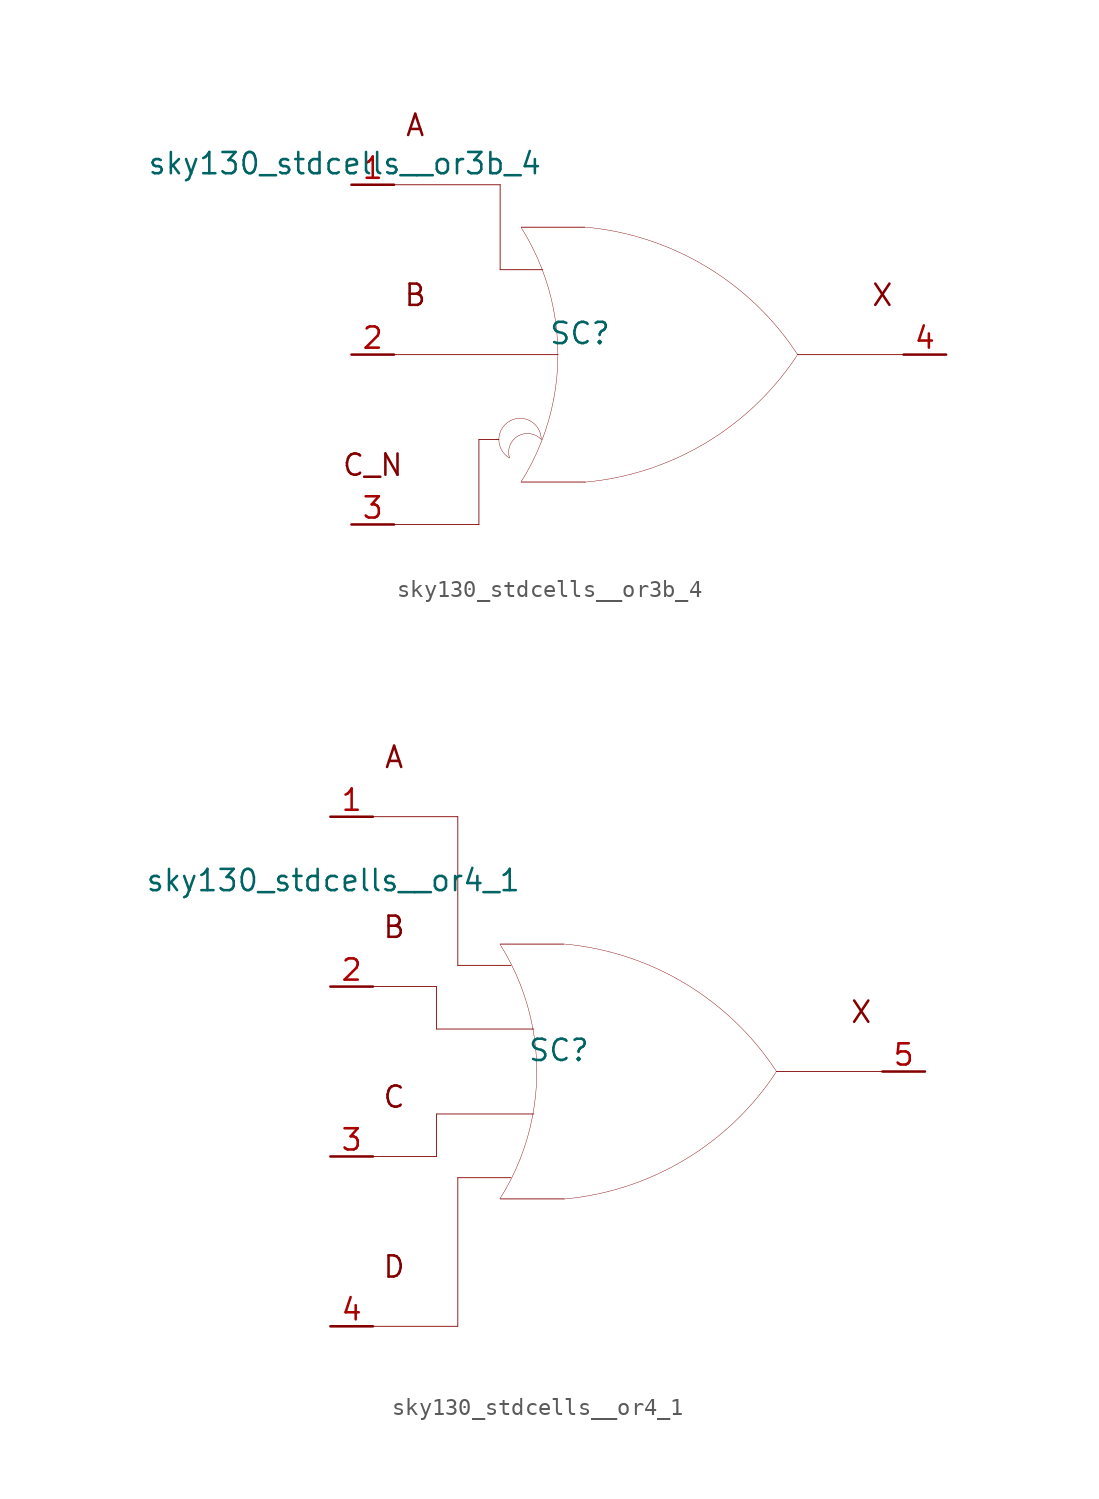
<source format=kicad_sym>
(kicad_symbol_lib
  (version 20211014)
  (generator kicad_symbol_editor)
  (symbol "sky130_stdcells__or3b_4"
    (pin_names hide)
    (property "Reference" "SC"
      (at -4.115 1.27 0)
      (effects (font (size 1.27 1.27))))
    (property "Value" "sky130_stdcells__or3b_4"
      (at -6.35 11.43 0)
      (effects (font (size 1.27 1.27)) (justify right)))
    (symbol "sky130_stdcells__or3b_4_0_0"
      (arc (start -8.3312 -3.9801) (mid -8.9662 -5.08) (end -8.3312 -6.1799) (stroke (width 0.0254) (type default) (color 0 0 0 0)) (fill (type none)))
      (arc (start -7.6405 -7.6142) (mid -6.983 -6.458) (end -6.4362 -5.2456) (stroke (width 0.0254) (type default) (color 0 0 0 0)) (fill (type none)))
      (arc (start -6.4362 -5.2456) (mid -6.0013 -3.9755) (end -5.688 -2.6701) (stroke (width 0.0254) (type default) (color 0 0 0 0)) (fill (type none)))
      (arc (start -6.4262 -5.08) (mid -8.2831 -4.6057) (end -8.3312 -6.1799) (stroke (width 0.0254) (type default) (color 0 0 0 0)) (fill (type none)))
      (arc (start -6.4262 -5.08) (mid -7.0612 -3.9802) (end -8.3312 -3.9801) (stroke (width 0.0254) (type default) (color 0 0 0 0)) (fill (type none)))
      (arc (start -6.418 5.1993) (mid -6.9662 6.4248) (end -7.6273 7.5932) (stroke (width 0.0254) (type default) (color 0 0 0 0)) (fill (type none)))
      (arc (start -5.688 -2.6701) (mid -5.4988 -1.341) (end -5.4356 0) (stroke (width 0.0254) (type default) (color 0 0 0 0)) (fill (type none)))
      (arc (start -5.6834 2.6456) (mid -5.9911 3.9396) (end -6.418 5.1993) (stroke (width 0.0254) (type default) (color 0 0 0 0)) (fill (type none)))
      (arc (start -5.4356 0) (mid -5.4977 1.3286) (end -5.6834 2.6456) (stroke (width 0.0254) (type default) (color 0 0 0 0)) (fill (type none)))
      (arc (start -3.8212 -7.6288) (mid 3.3927 -5.2884) (end 8.8734 -0.0463) (stroke (width 0.0254) (type default) (color 0 0 0 0)) (fill (type none)))
      (polyline (pts (xy -15.24 -10.16) (xy -10.16 -10.16)) (stroke (width 0.051) (type default) (color 0 0 0 0)) (fill (type none)))
      (polyline (pts (xy -15.24 0) (xy -5.436 0)) (stroke (width 0.051) (type default) (color 0 0 0 0)) (fill (type none)))
      (polyline (pts (xy -15.24 10.16) (xy -8.89 10.16)) (stroke (width 0.051) (type default) (color 0 0 0 0)) (fill (type none)))
      (polyline (pts (xy -10.16 -5.08) (xy -10.16 -10.16)) (stroke (width 0.051) (type default) (color 0 0 0 0)) (fill (type none)))
      (polyline (pts (xy -10.16 -5.08) (xy -8.966 -5.08)) (stroke (width 0.051) (type default) (color 0 0 0 0)) (fill (type none)))
      (polyline (pts (xy -8.89 5.08) (xy -6.35 5.08)) (stroke (width 0.051) (type default) (color 0 0 0 0)) (fill (type none)))
      (polyline (pts (xy -8.89 10.16) (xy -8.89 5.08)) (stroke (width 0.051) (type default) (color 0 0 0 0)) (fill (type none)))
      (polyline (pts (xy -7.62 -7.62) (xy -3.81 -7.62)) (stroke (width 0.051) (type default) (color 0 0 0 0)) (fill (type none)))
      (polyline (pts (xy -7.62 7.62) (xy -3.81 7.62)) (stroke (width 0.051) (type default) (color 0 0 0 0)) (fill (type none)))
      (polyline (pts (xy 8.89 0) (xy 15.24 0)) (stroke (width 0.051) (type default) (color 0 0 0 0)) (fill (type none)))
      (arc (start 8.9061 -0.0034) (mid 3.4437 5.2578) (end -3.762 7.6234) (stroke (width 0.0254) (type default) (color 0 0 0 0)) (fill (type none)))
      (text "A" (at -13.97 13.716 0) (effects (font (size 1.27 1.27))))
      (text "B" (at -13.97 3.556 0) (effects (font (size 1.27 1.27))))
      (text "C_N" (at -16.51 -6.604 0) (effects (font (size 1.27 1.27))))
      (text "X" (at 13.97 3.556 0) (effects (font (size 1.27 1.27)))))
    (symbol "sky130_stdcells__or3b_4_1_1"
      (pin input line (at -17.78 10.16 0) (length 2.54) (name "A" (effects (font (size 1.092 1.092)))) (number "1" (effects (font (size 1.27 1.27)))))
      (pin input line (at -17.78 0 0) (length 2.54) (name "B" (effects (font (size 1.092 1.092)))) (number "2" (effects (font (size 1.27 1.27)))))
      (pin input line (at -17.78 -10.16 0) (length 2.54) (name "C_N" (effects (font (size 1.092 1.092)))) (number "3" (effects (font (size 1.27 1.27)))))
      (pin output line (at 17.78 0 180) (length 2.54) (name "X" (effects (font (size 1.092 1.092)))) (number "4" (effects (font (size 1.27 1.27)))))))
  (symbol "sky130_stdcells__or4_1"
    (pin_names hide)
    (property "Reference" "SC"
      (at -4.115 1.27 0)
      (effects (font (size 1.27 1.27))))
    (property "Value" "sky130_stdcells__or4_1"
      (at -6.35 11.43 0)
      (effects (font (size 1.27 1.27)) (justify right)))
    (symbol "sky130_stdcells__or4_1_0_0"
      (arc (start -7.6405 -7.6142) (mid -6.983 -6.458) (end -6.4362 -5.2456) (stroke (width 0.0254) (type default) (color 0 0 0 0)) (fill (type none)))
      (arc (start -6.4362 -5.2456) (mid -6.0013 -3.9755) (end -5.688 -2.6701) (stroke (width 0.0254) (type default) (color 0 0 0 0)) (fill (type none)))
      (arc (start -6.418 5.1993) (mid -6.9662 6.4248) (end -7.6273 7.5932) (stroke (width 0.0254) (type default) (color 0 0 0 0)) (fill (type none)))
      (arc (start -5.688 -2.6701) (mid -5.4988 -1.341) (end -5.4356 0) (stroke (width 0.0254) (type default) (color 0 0 0 0)) (fill (type none)))
      (arc (start -5.6834 2.6456) (mid -5.9911 3.9396) (end -6.418 5.1993) (stroke (width 0.0254) (type default) (color 0 0 0 0)) (fill (type none)))
      (arc (start -5.4356 0) (mid -5.4977 1.3286) (end -5.6834 2.6456) (stroke (width 0.0254) (type default) (color 0 0 0 0)) (fill (type none)))
      (arc (start -3.8212 -7.6288) (mid 3.3927 -5.2884) (end 8.8734 -0.0463) (stroke (width 0.0254) (type default) (color 0 0 0 0)) (fill (type none)))
      (polyline (pts (xy -15.24 -15.24) (xy -10.16 -15.24)) (stroke (width 0.051) (type default) (color 0 0 0 0)) (fill (type none)))
      (polyline (pts (xy -15.24 -5.08) (xy -11.43 -5.08)) (stroke (width 0.051) (type default) (color 0 0 0 0)) (fill (type none)))
      (polyline (pts (xy -15.24 5.08) (xy -11.43 5.08)) (stroke (width 0.051) (type default) (color 0 0 0 0)) (fill (type none)))
      (polyline (pts (xy -15.24 15.24) (xy -10.16 15.24)) (stroke (width 0.051) (type default) (color 0 0 0 0)) (fill (type none)))
      (polyline (pts (xy -11.43 -2.54) (xy -11.43 -5.08)) (stroke (width 0.051) (type default) (color 0 0 0 0)) (fill (type none)))
      (polyline (pts (xy -11.43 -2.54) (xy -5.613 -2.54)) (stroke (width 0.051) (type default) (color 0 0 0 0)) (fill (type none)))
      (polyline (pts (xy -11.43 2.54) (xy -5.613 2.54)) (stroke (width 0.051) (type default) (color 0 0 0 0)) (fill (type none)))
      (polyline (pts (xy -11.43 5.08) (xy -11.43 2.54)) (stroke (width 0.051) (type default) (color 0 0 0 0)) (fill (type none)))
      (polyline (pts (xy -10.16 -6.35) (xy -10.16 -15.24)) (stroke (width 0.051) (type default) (color 0 0 0 0)) (fill (type none)))
      (polyline (pts (xy -10.16 -6.35) (xy -6.985 -6.35)) (stroke (width 0.051) (type default) (color 0 0 0 0)) (fill (type none)))
      (polyline (pts (xy -10.16 6.35) (xy -6.985 6.35)) (stroke (width 0.051) (type default) (color 0 0 0 0)) (fill (type none)))
      (polyline (pts (xy -10.16 15.24) (xy -10.16 6.35)) (stroke (width 0.051) (type default) (color 0 0 0 0)) (fill (type none)))
      (polyline (pts (xy -7.62 -7.62) (xy -3.81 -7.62)) (stroke (width 0.051) (type default) (color 0 0 0 0)) (fill (type none)))
      (polyline (pts (xy -7.62 7.62) (xy -3.81 7.62)) (stroke (width 0.051) (type default) (color 0 0 0 0)) (fill (type none)))
      (polyline (pts (xy 8.89 0) (xy 15.24 0)) (stroke (width 0.051) (type default) (color 0 0 0 0)) (fill (type none)))
      (arc (start 8.9061 -0.0034) (mid 3.4437 5.2578) (end -3.762 7.6234) (stroke (width 0.0254) (type default) (color 0 0 0 0)) (fill (type none)))
      (text "A" (at -13.97 18.796 0) (effects (font (size 1.27 1.27))))
      (text "B" (at -13.97 8.636 0) (effects (font (size 1.27 1.27))))
      (text "C" (at -13.97 -1.524 0) (effects (font (size 1.27 1.27))))
      (text "D" (at -13.97 -11.684 0) (effects (font (size 1.27 1.27))))
      (text "X" (at 13.97 3.556 0) (effects (font (size 1.27 1.27)))))
    (symbol "sky130_stdcells__or4_1_1_1"
      (pin input line (at -17.78 15.24 0) (length 2.54) (name "A" (effects (font (size 1.092 1.092)))) (number "1" (effects (font (size 1.27 1.27)))))
      (pin input line (at -17.78 5.08 0) (length 2.54) (name "B" (effects (font (size 1.092 1.092)))) (number "2" (effects (font (size 1.27 1.27)))))
      (pin input line (at -17.78 -5.08 0) (length 2.54) (name "C" (effects (font (size 1.092 1.092)))) (number "3" (effects (font (size 1.27 1.27)))))
      (pin input line (at -17.78 -15.24 0) (length 2.54) (name "D" (effects (font (size 1.092 1.092)))) (number "4" (effects (font (size 1.27 1.27)))))
      (pin output line (at 17.78 0 180) (length 2.54) (name "X" (effects (font (size 1.092 1.092)))) (number "5" (effects (font (size 1.27 1.27))))))))
</source>
